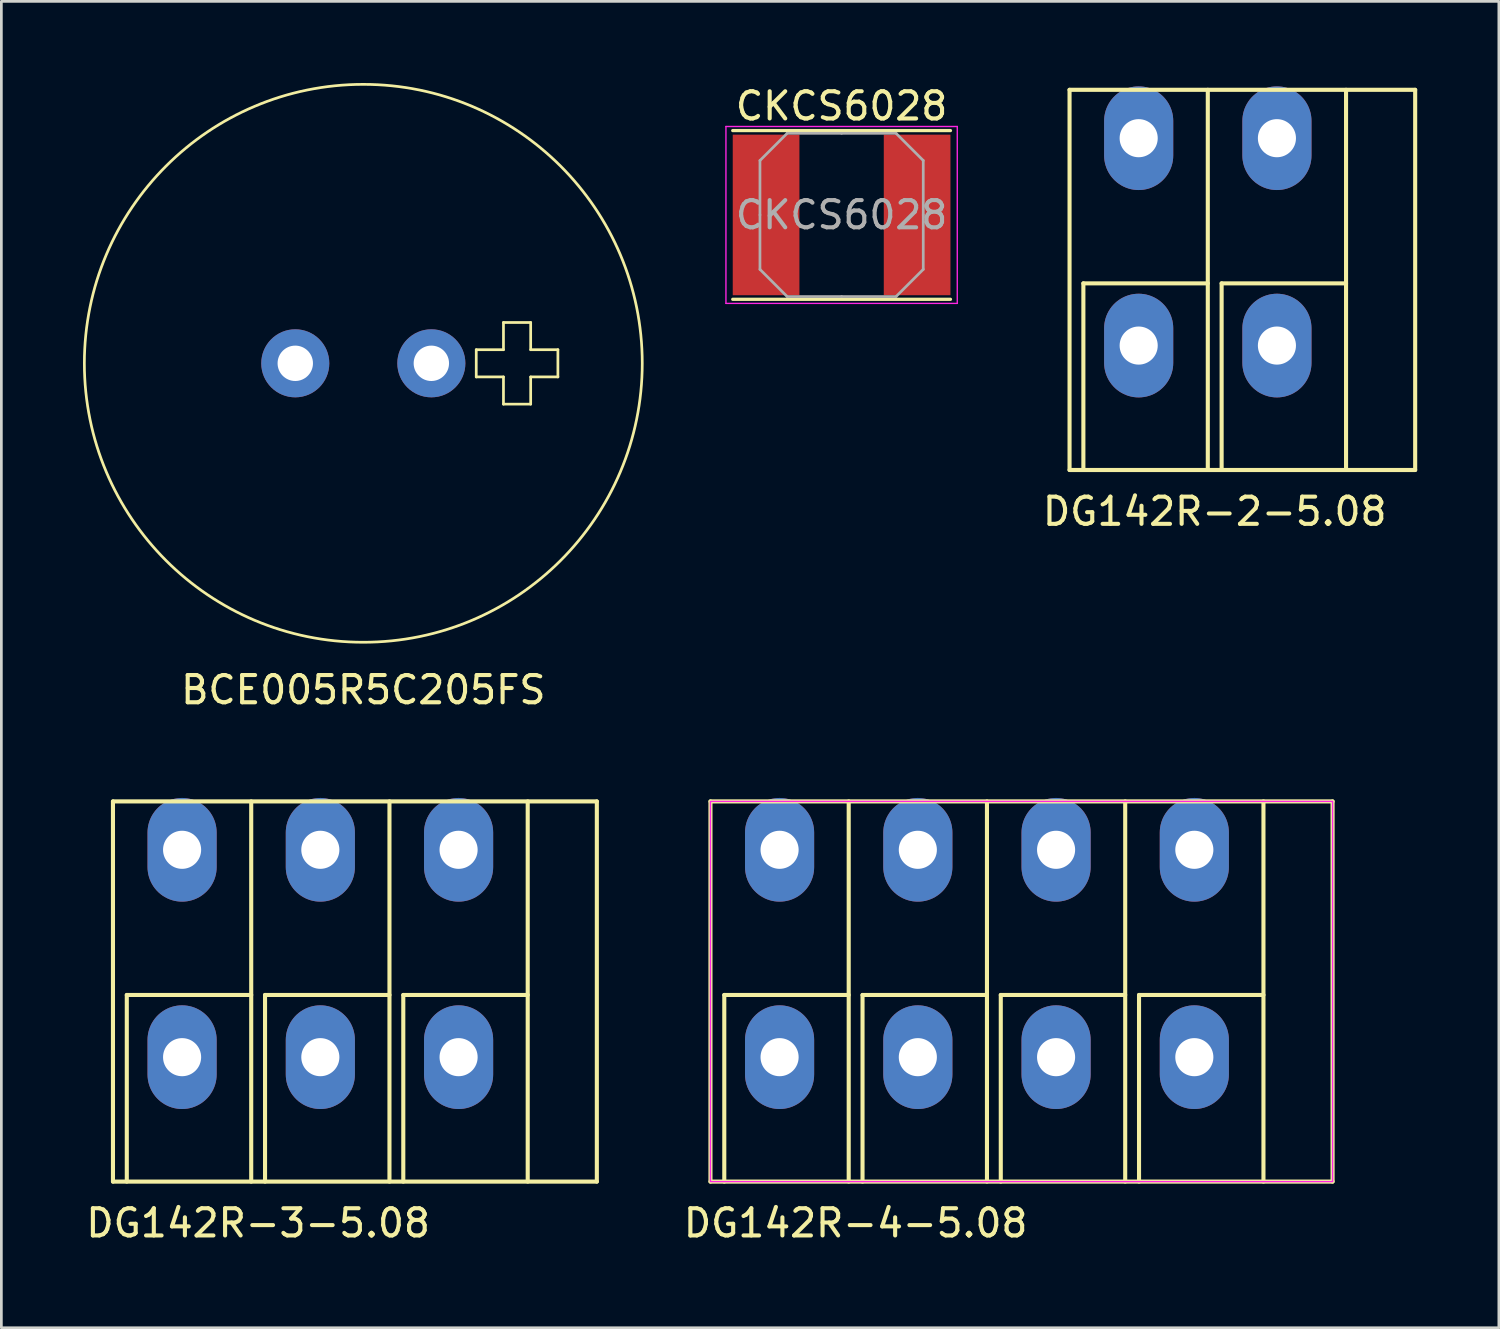
<source format=kicad_pcb>
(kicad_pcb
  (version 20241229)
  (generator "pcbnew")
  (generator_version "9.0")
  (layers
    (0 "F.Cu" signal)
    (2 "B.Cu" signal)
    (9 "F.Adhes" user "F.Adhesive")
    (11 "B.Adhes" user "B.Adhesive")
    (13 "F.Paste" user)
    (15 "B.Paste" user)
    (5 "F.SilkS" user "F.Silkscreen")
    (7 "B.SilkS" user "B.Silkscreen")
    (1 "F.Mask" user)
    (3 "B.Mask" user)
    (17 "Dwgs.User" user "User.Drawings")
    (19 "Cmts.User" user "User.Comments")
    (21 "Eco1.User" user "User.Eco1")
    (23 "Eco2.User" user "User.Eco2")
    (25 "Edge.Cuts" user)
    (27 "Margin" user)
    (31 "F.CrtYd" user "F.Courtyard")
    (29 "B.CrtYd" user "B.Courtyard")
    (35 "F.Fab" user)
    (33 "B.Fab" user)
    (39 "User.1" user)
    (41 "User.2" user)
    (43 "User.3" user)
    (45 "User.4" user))
  (footprint "DG142R-3-5.08"
    (layer "F.Cu")
    (at 1.101 26.398)
    (property "Reference" "DG142R-3-5.08" (at 5.334 15.494 0) (layer "F.SilkS") (effects (font (size 1 1) (thickness 0.15))))
    (attr through_hole)
    (fp_line (start 0 0) (end 0 13.97) (stroke (width 0.15) (type solid)) (layer "F.SilkS"))
    (fp_line (start 0 0) (end 17.78 0) (stroke (width 0.15) (type solid)) (layer "F.SilkS"))
    (fp_line (start 0 13.97) (end 17.78 13.97) (stroke (width 0.15) (type solid)) (layer "F.SilkS"))
    (fp_line (start 0.508 7.112) (end 0.508 13.97) (stroke (width 0.15) (type solid)) (layer "F.SilkS"))
    (fp_line (start 5.08 0) (end 5.08 13.97) (stroke (width 0.15) (type solid)) (layer "F.SilkS"))
    (fp_line (start 5.08 7.112) (end 0.508 7.112) (stroke (width 0.15) (type solid)) (layer "F.SilkS"))
    (fp_line (start 5.588 7.112) (end 5.588 13.97) (stroke (width 0.15) (type solid)) (layer "F.SilkS"))
    (fp_line (start 10.16 0) (end 10.16 13.97) (stroke (width 0.15) (type solid)) (layer "F.SilkS"))
    (fp_line (start 10.16 7.112) (end 5.588 7.112) (stroke (width 0.15) (type solid)) (layer "F.SilkS"))
    (fp_line (start 10.668 7.112) (end 10.668 13.97) (stroke (width 0.15) (type solid)) (layer "F.SilkS"))
    (fp_line (start 15.24 0) (end 15.24 13.97) (stroke (width 0.15) (type solid)) (layer "F.SilkS"))
    (fp_line (start 15.24 7.112) (end 10.668 7.112) (stroke (width 0.15) (type solid)) (layer "F.SilkS"))
    (fp_line (start 17.78 13.97) (end 17.78 0) (stroke (width 0.15) (type solid)) (layer "F.SilkS"))
    (pad "1" thru_hole oval (at 2.54 1.778) (size 2.54 3.81) (drill 1.4) (layers "*.Cu" "*.Mask"))
    (pad "1" thru_hole oval (at 2.54 9.398) (size 2.54 3.81) (drill 1.4) (layers "*.Cu" "*.Mask"))
    (pad "2" thru_hole oval (at 7.62 1.778) (size 2.54 3.81) (drill 1.4) (layers "*.Cu" "*.Mask"))
    (pad "2" thru_hole oval (at 7.62 9.398) (size 2.54 3.81) (drill 1.4) (layers "*.Cu" "*.Mask"))
    (pad "3" thru_hole oval (at 12.7 1.778) (size 2.54 3.81) (drill 1.4) (layers "*.Cu" "*.Mask"))
    (pad "3" thru_hole oval (at 12.7 9.398) (size 2.54 3.81) (drill 1.4) (layers "*.Cu" "*.Mask")))
  (footprint "DG142R-4-5.08"
    (layer "F.Cu")
    (at 23.056 26.398)
    (property "Reference" "DG142R-4-5.08" (at 5.334 15.494 0) (layer "F.SilkS") (effects (font (size 1 1) (thickness 0.15))))
    (attr through_hole)
    (fp_line (start 0 0) (end 0 13.97) (stroke (width 0.15) (type solid)) (layer "F.SilkS"))
    (fp_line (start 0 0) (end 22.86 0) (stroke (width 0.15) (type solid)) (layer "F.SilkS"))
    (fp_line (start 0 13.97) (end 22.86 13.97) (stroke (width 0.15) (type solid)) (layer "F.SilkS"))
    (fp_line (start 0.508 7.112) (end 0.508 13.97) (stroke (width 0.15) (type solid)) (layer "F.SilkS"))
    (fp_line (start 5.08 0) (end 5.08 13.97) (stroke (width 0.15) (type solid)) (layer "F.SilkS"))
    (fp_line (start 5.08 7.112) (end 0.508 7.112) (stroke (width 0.15) (type solid)) (layer "F.SilkS"))
    (fp_line (start 5.588 7.112) (end 5.588 13.97) (stroke (width 0.15) (type solid)) (layer "F.SilkS"))
    (fp_line (start 10.16 0) (end 10.16 13.97) (stroke (width 0.15) (type solid)) (layer "F.SilkS"))
    (fp_line (start 10.16 7.112) (end 5.588 7.112) (stroke (width 0.15) (type solid)) (layer "F.SilkS"))
    (fp_line (start 10.668 7.112) (end 10.668 13.97) (stroke (width 0.15) (type solid)) (layer "F.SilkS"))
    (fp_line (start 15.24 0) (end 15.24 13.97) (stroke (width 0.15) (type solid)) (layer "F.SilkS"))
    (fp_line (start 15.24 7.112) (end 10.668 7.112) (stroke (width 0.15) (type solid)) (layer "F.SilkS"))
    (fp_line (start 15.748 7.112) (end 15.748 13.97) (stroke (width 0.15) (type solid)) (layer "F.SilkS"))
    (fp_line (start 20.32 0) (end 20.32 13.97) (stroke (width 0.15) (type solid)) (layer "F.SilkS"))
    (fp_line (start 20.32 7.112) (end 15.748 7.112) (stroke (width 0.15) (type solid)) (layer "F.SilkS"))
    (fp_line (start 22.86 13.97) (end 22.86 0) (stroke (width 0.15) (type solid)) (layer "F.SilkS"))
    (fp_rect (start 0 0) (end 22.86 13.97) (stroke (width 0.05) (type solid)) (fill no) (layer "F.CrtYd"))
    (pad "1" thru_hole oval (at 2.54 1.778) (size 2.54 3.81) (drill 1.4) (layers "*.Cu" "*.Mask"))
    (pad "1" thru_hole oval (at 2.54 9.398) (size 2.54 3.81) (drill 1.4) (layers "*.Cu" "*.Mask"))
    (pad "2" thru_hole oval (at 7.62 1.778) (size 2.54 3.81) (drill 1.4) (layers "*.Cu" "*.Mask"))
    (pad "2" thru_hole oval (at 7.62 9.398) (size 2.54 3.81) (drill 1.4) (layers "*.Cu" "*.Mask"))
    (pad "3" thru_hole oval (at 12.7 1.778) (size 2.54 3.81) (drill 1.4) (layers "*.Cu" "*.Mask"))
    (pad "3" thru_hole oval (at 12.7 9.398) (size 2.54 3.81) (drill 1.4) (layers "*.Cu" "*.Mask"))
    (pad "4" thru_hole oval (at 17.78 1.778) (size 2.54 3.81) (drill 1.4) (layers "*.Cu" "*.Mask"))
    (pad "4" thru_hole oval (at 17.78 9.398) (size 2.54 3.81) (drill 1.4) (layers "*.Cu" "*.Mask")))
  (footprint "DG142R-2-5.08"
    (layer "F.Cu")
    (at 36.251 0.25)
    (property "Reference" "DG142R-2-5.08" (at 5.334 15.494 0) (layer "F.SilkS") (effects (font (size 1 1) (thickness 0.15))))
    (attr through_hole)
    (fp_line (start 0 0) (end 0 13.97) (stroke (width 0.15) (type solid)) (layer "F.SilkS"))
    (fp_line (start 0 0) (end 12.7 0) (stroke (width 0.15) (type solid)) (layer "F.SilkS"))
    (fp_line (start 0 13.97) (end 12.7 13.97) (stroke (width 0.15) (type solid)) (layer "F.SilkS"))
    (fp_line (start 0.508 7.112) (end 0.508 13.97) (stroke (width 0.15) (type solid)) (layer "F.SilkS"))
    (fp_line (start 5.08 0) (end 5.08 13.97) (stroke (width 0.15) (type solid)) (layer "F.SilkS"))
    (fp_line (start 5.08 7.112) (end 0.508 7.112) (stroke (width 0.15) (type solid)) (layer "F.SilkS"))
    (fp_line (start 5.588 7.112) (end 5.588 13.97) (stroke (width 0.15) (type solid)) (layer "F.SilkS"))
    (fp_line (start 10.16 0) (end 10.16 13.97) (stroke (width 0.15) (type solid)) (layer "F.SilkS"))
    (fp_line (start 10.16 7.112) (end 5.588 7.112) (stroke (width 0.15) (type solid)) (layer "F.SilkS"))
    (fp_line (start 12.7 13.97) (end 12.7 0) (stroke (width 0.15) (type solid)) (layer "F.SilkS"))
    (pad "1" thru_hole oval (at 2.54 1.778) (size 2.54 3.81) (drill 1.4) (layers "*.Cu" "*.Mask"))
    (pad "1" thru_hole oval (at 2.54 9.398) (size 2.54 3.81) (drill 1.4) (layers "*.Cu" "*.Mask"))
    (pad "2" thru_hole oval (at 7.62 1.778) (size 2.54 3.81) (drill 1.4) (layers "*.Cu" "*.Mask"))
    (pad "2" thru_hole oval (at 7.62 9.398) (size 2.54 3.81) (drill 1.4) (layers "*.Cu" "*.Mask")))
  (footprint "CKCS6028"
    (layer "F.Cu")
    (at 27.875 4.848)
    (property "Reference" "CKCS6028" (at 0 -4 0) (layer "F.SilkS") (effects (font (size 1 1) (thickness 0.15))))
    (attr smd)
    (fp_line (start -4 -3.1) (end 4 -3.1) (stroke (width 0.12) (type solid)) (layer "F.SilkS"))
    (fp_line (start -4 3.1) (end 4 3.1) (stroke (width 0.12) (type solid)) (layer "F.SilkS"))
    (fp_line (start -4.25 -3.25) (end -4.25 3.25) (stroke (width 0.05) (type solid)) (layer "F.CrtYd"))
    (fp_line (start -4.25 3.25) (end 4.25 3.25) (stroke (width 0.05) (type solid)) (layer "F.CrtYd"))
    (fp_line (start 4.25 -3.25) (end -4.25 -3.25) (stroke (width 0.05) (type solid)) (layer "F.CrtYd"))
    (fp_line (start 4.25 3.25) (end 4.25 -3.25) (stroke (width 0.05) (type solid)) (layer "F.CrtYd"))
    (fp_line (start -3 -2) (end -2 -3) (stroke (width 0.1) (type solid)) (layer "F.Fab"))
    (fp_line (start -3 0) (end -3 -2) (stroke (width 0.1) (type solid)) (layer "F.Fab"))
    (fp_line (start -3 0) (end -3 2) (stroke (width 0.1) (type solid)) (layer "F.Fab"))
    (fp_line (start -3 2) (end -2 3) (stroke (width 0.1) (type solid)) (layer "F.Fab"))
    (fp_line (start -2 -3) (end 0 -3) (stroke (width 0.1) (type solid)) (layer "F.Fab"))
    (fp_line (start -2 3) (end 0 3) (stroke (width 0.1) (type solid)) (layer "F.Fab"))
    (fp_line (start 2 -3) (end 0 -3) (stroke (width 0.1) (type solid)) (layer "F.Fab"))
    (fp_line (start 2 3) (end 0 3) (stroke (width 0.1) (type solid)) (layer "F.Fab"))
    (fp_line (start 3 -2) (end 2 -3) (stroke (width 0.1) (type solid)) (layer "F.Fab"))
    (fp_line (start 3 0) (end 3 -2) (stroke (width 0.1) (type solid)) (layer "F.Fab"))
    (fp_line (start 3 0) (end 3 2) (stroke (width 0.1) (type solid)) (layer "F.Fab"))
    (fp_line (start 3 2) (end 2 3) (stroke (width 0.1) (type solid)) (layer "F.Fab"))
    (fp_text user "${REFERENCE}" (at 0 0 0) (layer "F.Fab") (effects (font (size 1 1) (thickness 0.15))))
    (pad "1" smd rect (at -2.775 0) (size 2.45 5.9) (layers "F.Cu" "F.Mask" "F.Paste"))
    (pad "2" smd rect (at 2.775 0) (size 2.45 5.9) (layers "F.Cu" "F.Mask" "F.Paste")))
  (footprint "BCE005R5C205FS"
    (layer "F.Cu")
    (at 10.3 10.3)
    (property "Reference" "BCE005R5C205FS" (at 0 12 0) (layer "F.SilkS") (effects (font (size 1 1) (thickness 0.15))))
    (attr through_hole)
    (fp_line (start 4.15 0.5) (end 4.15 -0.5) (stroke (width 0.1) (type solid)) (layer "F.SilkS"))
    (fp_line (start 5.15 -0.5) (end 4.15 -0.5) (stroke (width 0.1) (type solid)) (layer "F.SilkS"))
    (fp_line (start 5.15 -0.5) (end 5.15 -1.5) (stroke (width 0.1) (type solid)) (layer "F.SilkS"))
    (fp_line (start 5.15 0.5) (end 4.15 0.5) (stroke (width 0.1) (type solid)) (layer "F.SilkS"))
    (fp_line (start 5.15 1.5) (end 5.15 0.5) (stroke (width 0.1) (type solid)) (layer "F.SilkS"))
    (fp_line (start 6.15 -1.5) (end 5.15 -1.5) (stroke (width 0.1) (type solid)) (layer "F.SilkS"))
    (fp_line (start 6.15 -0.5) (end 6.15 -1.5) (stroke (width 0.1) (type solid)) (layer "F.SilkS"))
    (fp_line (start 6.15 1.5) (end 5.15 1.5) (stroke (width 0.1) (type solid)) (layer "F.SilkS"))
    (fp_line (start 6.15 1.5) (end 6.15 0.5) (stroke (width 0.1) (type solid)) (layer "F.SilkS"))
    (fp_line (start 7.15 -0.5) (end 6.15 -0.5) (stroke (width 0.1) (type solid)) (layer "F.SilkS"))
    (fp_line (start 7.15 0.5) (end 6.15 0.5) (stroke (width 0.1) (type solid)) (layer "F.SilkS"))
    (fp_line (start 7.15 0.5) (end 7.15 -0.5) (stroke (width 0.1) (type solid)) (layer "F.SilkS"))
    (fp_circle (center 0 0) (end 10.25 0) (stroke (width 0.1) (type solid)) (fill no) (layer "F.SilkS"))
    (pad "1" thru_hole circle (at 2.5 0) (size 2.5 2.5) (drill 1.3) (layers "*.Cu" "*.Mask"))
    (pad "2" thru_hole circle (at -2.5 0) (size 2.5 2.5) (drill 1.3) (layers "*.Cu" "*.Mask")))
  (gr_rect
    (start -3 -3)
    (end 52.026 45.74)
    (stroke (width 0.1) (type default))
    (fill no)
    (layer "Edge.Cuts")))
</source>
